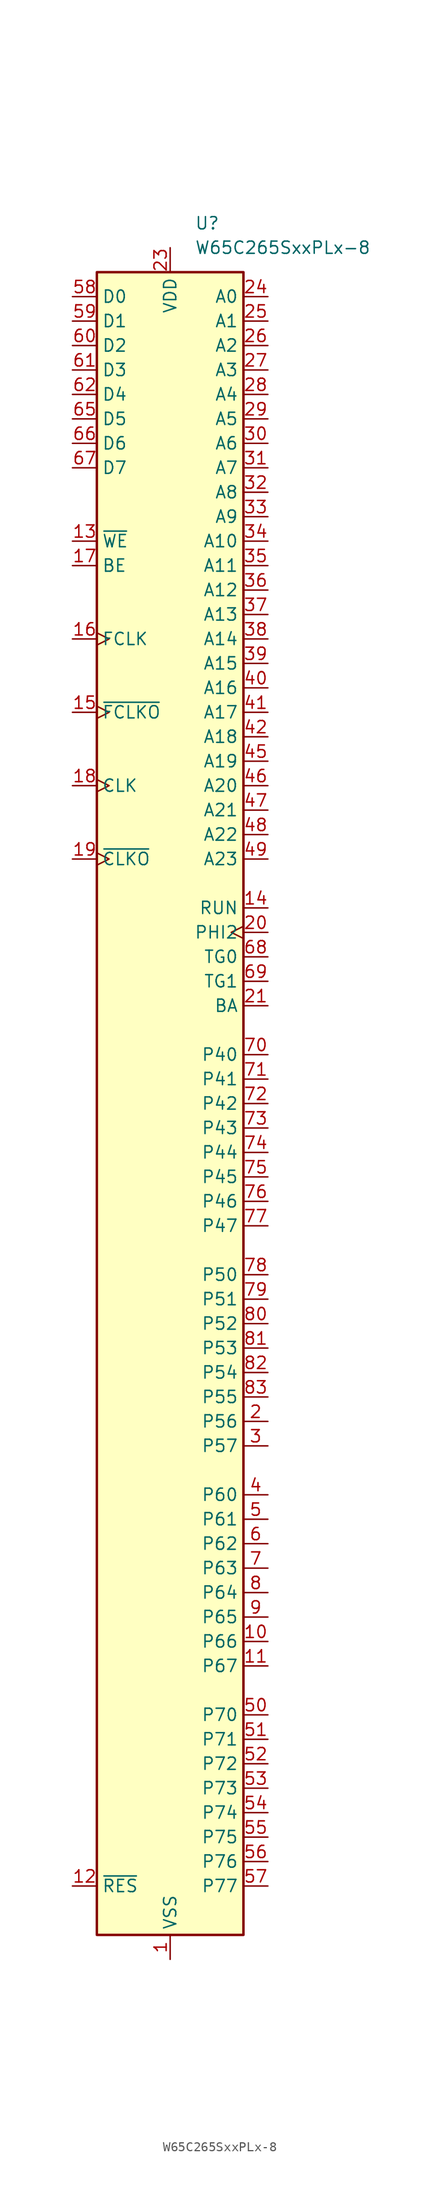
<source format=kicad_sym>
(kicad_symbol_lib
  (version 20211014)
  (generator kicad_symbol_editor)
  (symbol "W65C265SxxPLx-8"
    (property "Reference" "U"
      (at 2.54 91.44 0)
      (effects (font (size 1.27 1.27)) (justify left)))
    (property "Value" "W65C265SxxPLx-8"
      (at 2.54 88.9 0)
      (effects (font (size 1.27 1.27)) (justify left)))
    (symbol "W65C265SxxPLx-8_0_0"
      (pin output line (at 10.16 10.16 180) (length 2.54) (name "BA" (effects (font (size 1.27 1.27)))) (number "21" (effects (font (size 1.27 1.27)))))
      (pin output line (at 10.16 -63.5 180) (length 2.54) (name "P70" (effects (font (size 1.27 1.27)))) (number "50" (effects (font (size 1.27 1.27)))))
      (pin output line (at 10.16 -66.04 180) (length 2.54) (name "P71" (effects (font (size 1.27 1.27)))) (number "51" (effects (font (size 1.27 1.27)))))
      (pin output line (at 10.16 15.24 180) (length 2.54) (name "TG0" (effects (font (size 1.27 1.27)))) (number "68" (effects (font (size 1.27 1.27)))))
      (pin output line (at 10.16 12.7 180) (length 2.54) (name "TG1" (effects (font (size 1.27 1.27)))) (number "69" (effects (font (size 1.27 1.27))))))
    (symbol "W65C265SxxPLx-8_1_1"
      (rectangle (start -7.62 86.36) (end 7.62 -86.36) (stroke (width 0.254) (type default) (color 0 0 0 0)) (fill (type background)))
      (pin power_in line (at 0 -88.9 90) (length 2.54) (name "VSS" (effects (font (size 1.27 1.27)))) (number "1" (effects (font (size 1.27 1.27)))))
      (pin bidirectional line (at 10.16 -55.88 180) (length 2.54) (name "P66" (effects (font (size 1.27 1.27)))) (number "10" (effects (font (size 1.27 1.27)))))
      (pin bidirectional line (at 10.16 -58.42 180) (length 2.54) (name "P67" (effects (font (size 1.27 1.27)))) (number "11" (effects (font (size 1.27 1.27)))))
      (pin bidirectional line (at -10.16 -81.28 0) (length 2.54) (name "~{RES}" (effects (font (size 1.27 1.27)))) (number "12" (effects (font (size 1.27 1.27)))))
      (pin bidirectional line (at -10.16 58.42 0) (length 2.54) (name "~{WE}" (effects (font (size 1.27 1.27)))) (number "13" (effects (font (size 1.27 1.27)))))
      (pin output line (at 10.16 20.32 180) (length 2.54) (name "RUN" (effects (font (size 1.27 1.27)))) (number "14" (effects (font (size 1.27 1.27)))))
      (pin output clock (at -10.16 40.64 0) (length 2.54) (name "~{FCLKO}" (effects (font (size 1.27 1.27)))) (number "15" (effects (font (size 1.27 1.27)))))
      (pin input clock (at -10.16 48.26 0) (length 2.54) (name "FCLK" (effects (font (size 1.27 1.27)))) (number "16" (effects (font (size 1.27 1.27)))))
      (pin input line (at -10.16 55.88 0) (length 2.54) (name "BE" (effects (font (size 1.27 1.27)))) (number "17" (effects (font (size 1.27 1.27)))))
      (pin input clock (at -10.16 33.02 0) (length 2.54) (name "CLK" (effects (font (size 1.27 1.27)))) (number "18" (effects (font (size 1.27 1.27)))))
      (pin output clock (at -10.16 25.4 0) (length 2.54) (name "~{CLKO}" (effects (font (size 1.27 1.27)))) (number "19" (effects (font (size 1.27 1.27)))))
      (pin bidirectional line (at 10.16 -33.02 180) (length 2.54) (name "P56" (effects (font (size 1.27 1.27)))) (number "2" (effects (font (size 1.27 1.27)))))
      (pin output clock (at 10.16 17.78 180) (length 2.54) (name "PHI2" (effects (font (size 1.27 1.27)))) (number "20" (effects (font (size 1.27 1.27)))))
      (pin passive line (at 0 -88.9 90) (length 2.54) hide (name "VSS" (effects (font (size 1.27 1.27)))) (number "22" (effects (font (size 1.27 1.27)))))
      (pin power_in line (at 0 88.9 270) (length 2.54) (name "VDD" (effects (font (size 1.27 1.27)))) (number "23" (effects (font (size 1.27 1.27)))))
      (pin output line (at 10.16 83.82 180) (length 2.54) (name "A0" (effects (font (size 1.27 1.27)))) (number "24" (effects (font (size 1.27 1.27)))))
      (pin output line (at 10.16 81.28 180) (length 2.54) (name "A1" (effects (font (size 1.27 1.27)))) (number "25" (effects (font (size 1.27 1.27)))))
      (pin output line (at 10.16 78.74 180) (length 2.54) (name "A2" (effects (font (size 1.27 1.27)))) (number "26" (effects (font (size 1.27 1.27)))))
      (pin output line (at 10.16 76.2 180) (length 2.54) (name "A3" (effects (font (size 1.27 1.27)))) (number "27" (effects (font (size 1.27 1.27)))))
      (pin output line (at 10.16 73.66 180) (length 2.54) (name "A4" (effects (font (size 1.27 1.27)))) (number "28" (effects (font (size 1.27 1.27)))))
      (pin output line (at 10.16 71.12 180) (length 2.54) (name "A5" (effects (font (size 1.27 1.27)))) (number "29" (effects (font (size 1.27 1.27)))))
      (pin bidirectional line (at 10.16 -35.56 180) (length 2.54) (name "P57" (effects (font (size 1.27 1.27)))) (number "3" (effects (font (size 1.27 1.27)))))
      (pin output line (at 10.16 68.58 180) (length 2.54) (name "A6" (effects (font (size 1.27 1.27)))) (number "30" (effects (font (size 1.27 1.27)))))
      (pin output line (at 10.16 66.04 180) (length 2.54) (name "A7" (effects (font (size 1.27 1.27)))) (number "31" (effects (font (size 1.27 1.27)))))
      (pin output line (at 10.16 63.5 180) (length 2.54) (name "A8" (effects (font (size 1.27 1.27)))) (number "32" (effects (font (size 1.27 1.27)))))
      (pin output line (at 10.16 60.96 180) (length 2.54) (name "A9" (effects (font (size 1.27 1.27)))) (number "33" (effects (font (size 1.27 1.27)))))
      (pin output line (at 10.16 58.42 180) (length 2.54) (name "A10" (effects (font (size 1.27 1.27)))) (number "34" (effects (font (size 1.27 1.27)))))
      (pin output line (at 10.16 55.88 180) (length 2.54) (name "A11" (effects (font (size 1.27 1.27)))) (number "35" (effects (font (size 1.27 1.27)))))
      (pin output line (at 10.16 53.34 180) (length 2.54) (name "A12" (effects (font (size 1.27 1.27)))) (number "36" (effects (font (size 1.27 1.27)))))
      (pin output line (at 10.16 50.8 180) (length 2.54) (name "A13" (effects (font (size 1.27 1.27)))) (number "37" (effects (font (size 1.27 1.27)))))
      (pin output line (at 10.16 48.26 180) (length 2.54) (name "A14" (effects (font (size 1.27 1.27)))) (number "38" (effects (font (size 1.27 1.27)))))
      (pin output line (at 10.16 45.72 180) (length 2.54) (name "A15" (effects (font (size 1.27 1.27)))) (number "39" (effects (font (size 1.27 1.27)))))
      (pin bidirectional line (at 10.16 -40.64 180) (length 2.54) (name "P60" (effects (font (size 1.27 1.27)))) (number "4" (effects (font (size 1.27 1.27)))))
      (pin output line (at 10.16 43.18 180) (length 2.54) (name "A16" (effects (font (size 1.27 1.27)))) (number "40" (effects (font (size 1.27 1.27)))))
      (pin output line (at 10.16 40.64 180) (length 2.54) (name "A17" (effects (font (size 1.27 1.27)))) (number "41" (effects (font (size 1.27 1.27)))))
      (pin output line (at 10.16 38.1 180) (length 2.54) (name "A18" (effects (font (size 1.27 1.27)))) (number "42" (effects (font (size 1.27 1.27)))))
      (pin passive line (at 0 -88.9 90) (length 2.54) hide (name "VSS" (effects (font (size 1.27 1.27)))) (number "43" (effects (font (size 1.27 1.27)))))
      (pin passive line (at 0 88.9 270) (length 2.54) hide (name "VDD" (effects (font (size 1.27 1.27)))) (number "44" (effects (font (size 1.27 1.27)))))
      (pin output line (at 10.16 35.56 180) (length 2.54) (name "A19" (effects (font (size 1.27 1.27)))) (number "45" (effects (font (size 1.27 1.27)))))
      (pin output line (at 10.16 33.02 180) (length 2.54) (name "A20" (effects (font (size 1.27 1.27)))) (number "46" (effects (font (size 1.27 1.27)))))
      (pin output line (at 10.16 30.48 180) (length 2.54) (name "A21" (effects (font (size 1.27 1.27)))) (number "47" (effects (font (size 1.27 1.27)))))
      (pin output line (at 10.16 27.94 180) (length 2.54) (name "A22" (effects (font (size 1.27 1.27)))) (number "48" (effects (font (size 1.27 1.27)))))
      (pin output line (at 10.16 25.4 180) (length 2.54) (name "A23" (effects (font (size 1.27 1.27)))) (number "49" (effects (font (size 1.27 1.27)))))
      (pin bidirectional line (at 10.16 -43.18 180) (length 2.54) (name "P61" (effects (font (size 1.27 1.27)))) (number "5" (effects (font (size 1.27 1.27)))))
      (pin output line (at 10.16 -68.58 180) (length 2.54) (name "P72" (effects (font (size 1.27 1.27)))) (number "52" (effects (font (size 1.27 1.27)))))
      (pin output line (at 10.16 -71.12 180) (length 2.54) (name "P73" (effects (font (size 1.27 1.27)))) (number "53" (effects (font (size 1.27 1.27)))))
      (pin output line (at 10.16 -73.66 180) (length 2.54) (name "P74" (effects (font (size 1.27 1.27)))) (number "54" (effects (font (size 1.27 1.27)))))
      (pin output line (at 10.16 -76.2 180) (length 2.54) (name "P75" (effects (font (size 1.27 1.27)))) (number "55" (effects (font (size 1.27 1.27)))))
      (pin output line (at 10.16 -78.74 180) (length 2.54) (name "P76" (effects (font (size 1.27 1.27)))) (number "56" (effects (font (size 1.27 1.27)))))
      (pin output line (at 10.16 -81.28 180) (length 2.54) (name "P77" (effects (font (size 1.27 1.27)))) (number "57" (effects (font (size 1.27 1.27)))))
      (pin bidirectional line (at -10.16 83.82 0) (length 2.54) (name "D0" (effects (font (size 1.27 1.27)))) (number "58" (effects (font (size 1.27 1.27)))))
      (pin bidirectional line (at -10.16 81.28 0) (length 2.54) (name "D1" (effects (font (size 1.27 1.27)))) (number "59" (effects (font (size 1.27 1.27)))))
      (pin bidirectional line (at 10.16 -45.72 180) (length 2.54) (name "P62" (effects (font (size 1.27 1.27)))) (number "6" (effects (font (size 1.27 1.27)))))
      (pin bidirectional line (at -10.16 78.74 0) (length 2.54) (name "D2" (effects (font (size 1.27 1.27)))) (number "60" (effects (font (size 1.27 1.27)))))
      (pin bidirectional line (at -10.16 76.2 0) (length 2.54) (name "D3" (effects (font (size 1.27 1.27)))) (number "61" (effects (font (size 1.27 1.27)))))
      (pin bidirectional line (at -10.16 73.66 0) (length 2.54) (name "D4" (effects (font (size 1.27 1.27)))) (number "62" (effects (font (size 1.27 1.27)))))
      (pin passive line (at 0 88.9 270) (length 2.54) hide (name "VDD" (effects (font (size 1.27 1.27)))) (number "63" (effects (font (size 1.27 1.27)))))
      (pin passive line (at 0 -88.9 90) (length 2.54) hide (name "VSS" (effects (font (size 1.27 1.27)))) (number "64" (effects (font (size 1.27 1.27)))))
      (pin bidirectional line (at -10.16 71.12 0) (length 2.54) (name "D5" (effects (font (size 1.27 1.27)))) (number "65" (effects (font (size 1.27 1.27)))))
      (pin bidirectional line (at -10.16 68.58 0) (length 2.54) (name "D6" (effects (font (size 1.27 1.27)))) (number "66" (effects (font (size 1.27 1.27)))))
      (pin bidirectional line (at -10.16 66.04 0) (length 2.54) (name "D7" (effects (font (size 1.27 1.27)))) (number "67" (effects (font (size 1.27 1.27)))))
      (pin bidirectional line (at 10.16 -48.26 180) (length 2.54) (name "P63" (effects (font (size 1.27 1.27)))) (number "7" (effects (font (size 1.27 1.27)))))
      (pin bidirectional line (at 10.16 5.08 180) (length 2.54) (name "P40" (effects (font (size 1.27 1.27)))) (number "70" (effects (font (size 1.27 1.27)))))
      (pin bidirectional line (at 10.16 2.54 180) (length 2.54) (name "P41" (effects (font (size 1.27 1.27)))) (number "71" (effects (font (size 1.27 1.27)))))
      (pin bidirectional line (at 10.16 0 180) (length 2.54) (name "P42" (effects (font (size 1.27 1.27)))) (number "72" (effects (font (size 1.27 1.27)))))
      (pin bidirectional line (at 10.16 -2.54 180) (length 2.54) (name "P43" (effects (font (size 1.27 1.27)))) (number "73" (effects (font (size 1.27 1.27)))))
      (pin bidirectional line (at 10.16 -5.08 180) (length 2.54) (name "P44" (effects (font (size 1.27 1.27)))) (number "74" (effects (font (size 1.27 1.27)))))
      (pin bidirectional line (at 10.16 -7.62 180) (length 2.54) (name "P45" (effects (font (size 1.27 1.27)))) (number "75" (effects (font (size 1.27 1.27)))))
      (pin bidirectional line (at 10.16 -10.16 180) (length 2.54) (name "P46" (effects (font (size 1.27 1.27)))) (number "76" (effects (font (size 1.27 1.27)))))
      (pin bidirectional line (at 10.16 -12.7 180) (length 2.54) (name "P47" (effects (font (size 1.27 1.27)))) (number "77" (effects (font (size 1.27 1.27)))))
      (pin bidirectional line (at 10.16 -17.78 180) (length 2.54) (name "P50" (effects (font (size 1.27 1.27)))) (number "78" (effects (font (size 1.27 1.27)))))
      (pin bidirectional line (at 10.16 -20.32 180) (length 2.54) (name "P51" (effects (font (size 1.27 1.27)))) (number "79" (effects (font (size 1.27 1.27)))))
      (pin bidirectional line (at 10.16 -50.8 180) (length 2.54) (name "P64" (effects (font (size 1.27 1.27)))) (number "8" (effects (font (size 1.27 1.27)))))
      (pin bidirectional line (at 10.16 -22.86 180) (length 2.54) (name "P52" (effects (font (size 1.27 1.27)))) (number "80" (effects (font (size 1.27 1.27)))))
      (pin bidirectional line (at 10.16 -25.4 180) (length 2.54) (name "P53" (effects (font (size 1.27 1.27)))) (number "81" (effects (font (size 1.27 1.27)))))
      (pin bidirectional line (at 10.16 -27.94 180) (length 2.54) (name "P54" (effects (font (size 1.27 1.27)))) (number "82" (effects (font (size 1.27 1.27)))))
      (pin bidirectional line (at 10.16 -30.48 180) (length 2.54) (name "P55" (effects (font (size 1.27 1.27)))) (number "83" (effects (font (size 1.27 1.27)))))
      (pin passive line (at 0 88.9 270) (length 2.54) hide (name "VDD" (effects (font (size 1.27 1.27)))) (number "84" (effects (font (size 1.27 1.27)))))
      (pin bidirectional line (at 10.16 -53.34 180) (length 2.54) (name "P65" (effects (font (size 1.27 1.27)))) (number "9" (effects (font (size 1.27 1.27))))))))
</source>
